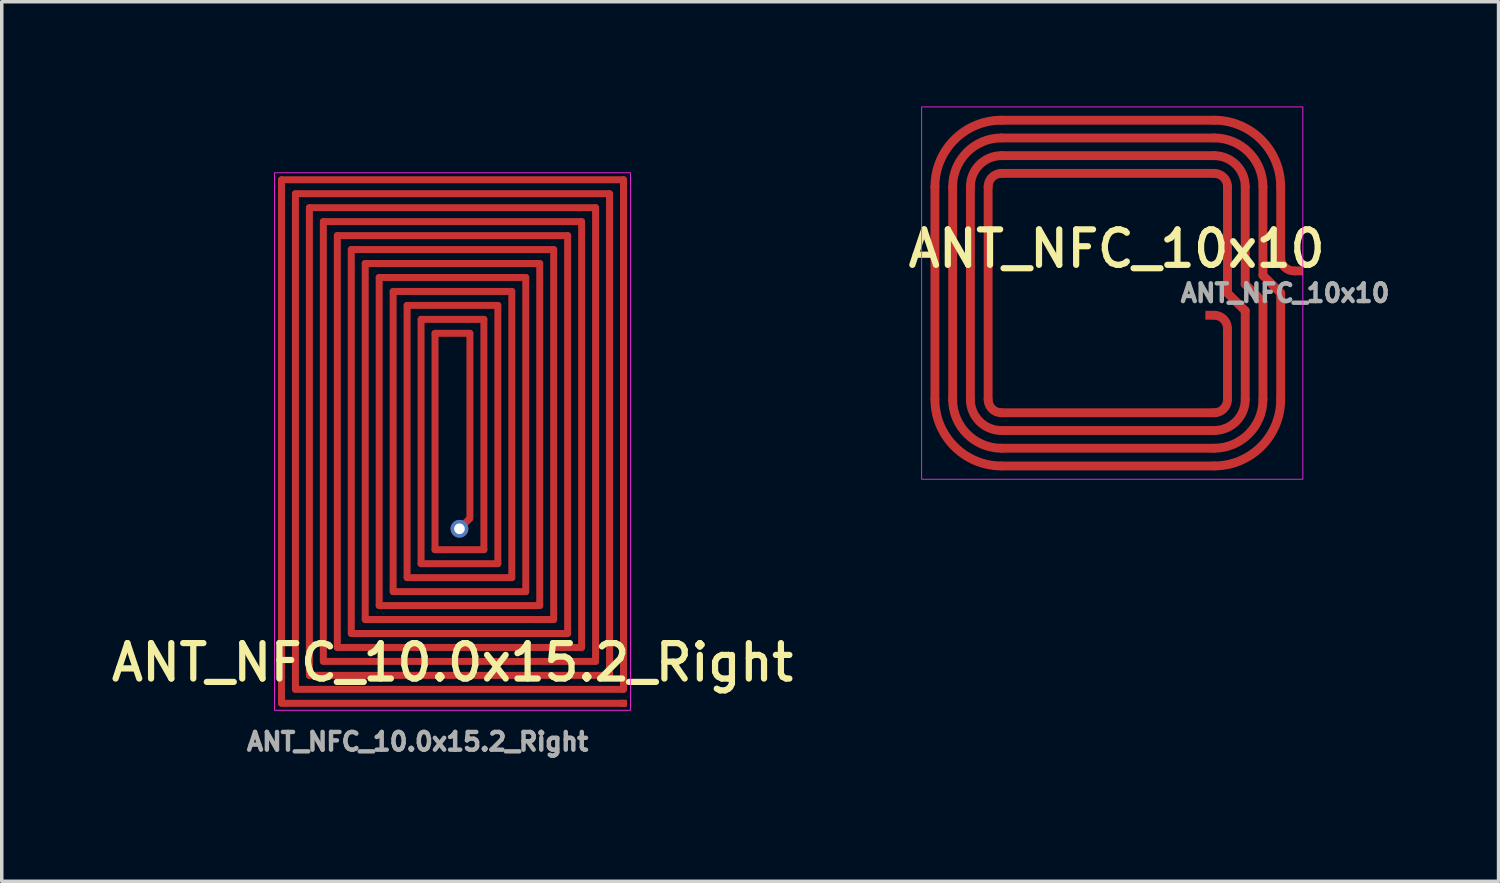
<source format=kicad_pcb>
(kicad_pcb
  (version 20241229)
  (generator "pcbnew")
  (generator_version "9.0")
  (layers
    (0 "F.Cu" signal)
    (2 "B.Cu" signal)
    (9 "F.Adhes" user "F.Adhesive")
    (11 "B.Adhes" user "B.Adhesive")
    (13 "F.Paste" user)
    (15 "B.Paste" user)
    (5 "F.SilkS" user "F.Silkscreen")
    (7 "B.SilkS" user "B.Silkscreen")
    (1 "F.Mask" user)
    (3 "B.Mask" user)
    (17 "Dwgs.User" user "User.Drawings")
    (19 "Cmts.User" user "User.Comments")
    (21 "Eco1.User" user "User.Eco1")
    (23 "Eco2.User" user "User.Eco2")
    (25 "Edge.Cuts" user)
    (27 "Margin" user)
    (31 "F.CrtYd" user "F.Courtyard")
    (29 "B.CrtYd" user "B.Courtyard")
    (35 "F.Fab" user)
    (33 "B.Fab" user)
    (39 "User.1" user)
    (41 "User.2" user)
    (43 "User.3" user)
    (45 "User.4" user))
  (footprint "ANT_NFC_10.0x15.2_Right"
    (layer "F.Cu")
    (at 4.914 17.2)
    (property "Reference" "ANT_NFC_10.0x15.2_Right" (at 5 -1.27 0) (layer "F.SilkS") (effects (font (size 1.016 1.016) (thickness 0.178))))
    (attr smd)
    (fp_rect (start -0.1 0.1) (end 10.1 -15.3) (stroke (width 0.025) (type solid)) (fill no) (layer "F.CrtYd"))
    (fp_text user "${REFERENCE}" (at 4 1 0) (layer "F.Fab") (effects (font (size 0.508 0.508) (thickness 0.127))))
    (pad "1" smd roundrect (at 0.1 -7.6) (size 0.2 15.2) (layers "F.Cu") (roundrect_rratio 0.5))
    (pad "1" smd roundrect (at 0.5 -7.6) (size 0.2 14.4) (layers "F.Cu") (roundrect_rratio 0.5))
    (pad "1" smd roundrect (at 0.9 -7.6) (size 0.2 13.6) (layers "F.Cu") (roundrect_rratio 0.5))
    (pad "1" smd roundrect (at 1.3 -7.6) (size 0.2 12.8) (layers "F.Cu") (roundrect_rratio 0.5))
    (pad "1" smd roundrect (at 1.7 -7.6) (size 0.2 12) (layers "F.Cu") (roundrect_rratio 0.5))
    (pad "1" smd roundrect (at 2.1 -7.6) (size 0.2 11.2) (layers "F.Cu") (roundrect_rratio 0.5))
    (pad "1" smd roundrect (at 2.5 -7.6) (size 0.2 10.4) (layers "F.Cu") (roundrect_rratio 0.5))
    (pad "1" smd roundrect (at 2.9 -7.6) (size 0.2 9.6) (layers "F.Cu") (roundrect_rratio 0.5))
    (pad "1" smd roundrect (at 3.3 -7.6) (size 0.2 8.8) (layers "F.Cu") (roundrect_rratio 0.5))
    (pad "1" smd roundrect (at 3.7 -7.6) (size 0.2 8) (layers "F.Cu") (roundrect_rratio 0.5))
    (pad "1" smd roundrect (at 4.1 -7.6) (size 0.2 7.2) (layers "F.Cu") (roundrect_rratio 0.5))
    (pad "1" smd roundrect (at 4.5 -7.6) (size 0.2 6.4) (layers "F.Cu") (roundrect_rratio 0.5))
    (pad "1" smd roundrect (at 5 -15.1) (size 10 0.2) (layers "F.Cu") (roundrect_rratio 0.5))
    (pad "1" smd roundrect (at 5 -14.7) (size 9.2 0.2) (layers "F.Cu") (roundrect_rratio 0.5))
    (pad "1" smd roundrect (at 5 -14.3) (size 8.4 0.2) (layers "F.Cu") (roundrect_rratio 0.5))
    (pad "1" smd roundrect (at 5 -13.9) (size 7.6 0.2) (layers "F.Cu") (roundrect_rratio 0.5))
    (pad "1" smd roundrect (at 5 -13.5) (size 6.8 0.2) (layers "F.Cu") (roundrect_rratio 0.5))
    (pad "1" smd roundrect (at 5 -13.1) (size 6 0.2) (layers "F.Cu") (roundrect_rratio 0.5))
    (pad "1" smd roundrect (at 5 -12.7) (size 5.2 0.2) (layers "F.Cu") (roundrect_rratio 0.5))
    (pad "1" smd roundrect (at 5 -12.3) (size 4.4 0.2) (layers "F.Cu") (roundrect_rratio 0.5))
    (pad "1" smd roundrect (at 5 -11.9) (size 3.6 0.2) (layers "F.Cu") (roundrect_rratio 0.5))
    (pad "1" smd roundrect (at 5 -11.5) (size 2.8 0.2) (layers "F.Cu") (roundrect_rratio 0.5))
    (pad "1" smd roundrect (at 5 -11.1) (size 2 0.2) (layers "F.Cu") (roundrect_rratio 0.5))
    (pad "1" smd roundrect (at 5 -10.7) (size 1.2 0.2) (layers "F.Cu") (roundrect_rratio 0.5))
    (pad "1" smd roundrect (at 5 -0.1) (size 10 0.2) (layers "F.Cu") (roundrect_rratio 0.5))
    (pad "1" smd roundrect (at 5.2 -4.5) (size 1.6 0.2) (layers "F.Cu") (roundrect_rratio 0.5))
    (pad "1" smd roundrect (at 5.2 -4.1) (size 2.4 0.2) (layers "F.Cu") (roundrect_rratio 0.5))
    (pad "1" smd roundrect (at 5.2 -3.7) (size 3.2 0.2) (layers "F.Cu") (roundrect_rratio 0.5))
    (pad "1" smd roundrect (at 5.2 -3.3) (size 4 0.2) (layers "F.Cu") (roundrect_rratio 0.5))
    (pad "1" smd roundrect (at 5.2 -2.9) (size 4.8 0.2) (layers "F.Cu") (roundrect_rratio 0.5))
    (pad "1" smd roundrect (at 5.2 -2.5) (size 5.6 0.2) (layers "F.Cu") (roundrect_rratio 0.5))
    (pad "1" smd roundrect (at 5.2 -2.1) (size 6.4 0.2) (layers "F.Cu") (roundrect_rratio 0.5))
    (pad "1" smd roundrect (at 5.2 -1.7) (size 7.2 0.2) (layers "F.Cu") (roundrect_rratio 0.5))
    (pad "1" smd roundrect (at 5.2 -1.3) (size 8 0.2) (layers "F.Cu") (roundrect_rratio 0.5))
    (pad "1" smd roundrect (at 5.2 -0.9) (size 8.8 0.2) (layers "F.Cu") (roundrect_rratio 0.5))
    (pad "1" smd roundrect (at 5.2 -0.5) (size 9.6 0.2) (layers "F.Cu") (roundrect_rratio 0.5))
    (pad "1" smd roundrect (at 5.9 -7.8) (size 0.2 6.8) (layers "F.Cu") (roundrect_rratio 0.5))
    (pad "1" smd roundrect (at 6.3 -7.8) (size 0.2 7.6) (layers "F.Cu") (roundrect_rratio 0.5))
    (pad "1" smd roundrect (at 6.7 -7.8) (size 0.2 8.4) (layers "F.Cu") (roundrect_rratio 0.5))
    (pad "1" smd roundrect (at 7.1 -7.8) (size 0.2 9.2) (layers "F.Cu") (roundrect_rratio 0.5))
    (pad "1" smd roundrect (at 7.5 -7.8) (size 0.2 10) (layers "F.Cu") (roundrect_rratio 0.5))
    (pad "1" smd roundrect (at 7.9 -7.8) (size 0.2 10.8) (layers "F.Cu") (roundrect_rratio 0.5))
    (pad "1" smd roundrect (at 8.3 -7.8) (size 0.2 11.6) (layers "F.Cu") (roundrect_rratio 0.5))
    (pad "1" smd roundrect (at 8.7 -7.8) (size 0.2 12.4) (layers "F.Cu") (roundrect_rratio 0.5))
    (pad "1" smd roundrect (at 9.1 -7.8) (size 0.2 13.2) (layers "F.Cu") (roundrect_rratio 0.5))
    (pad "1" smd roundrect (at 9.5 -7.8) (size 0.2 14) (layers "F.Cu") (roundrect_rratio 0.5))
    (pad "1" smd roundrect (at 9.9 -7.8) (size 0.2 14.8) (layers "F.Cu") (roundrect_rratio 0.5))
    (pad "1" smd rect (at 9.9 -0.1) (size 0.2 0.2) (layers "F.Cu"))
    (pad "2" thru_hole circle (at 5.2 -5.1) (size 0.508 0.508) (drill 0.305) (layers "*.Cu" "*.Mask"))
    (pad "2" smd roundrect (at 5.35 -5.25 315) (size 0.2 0.6) (layers "F.Cu") (roundrect_rratio 0.5))
    (pad "2" smd roundrect (at 5.5 -8.05) (size 0.2 5.5) (layers "F.Cu") (roundrect_rratio 0.5))
    (zone (net_name "") (layer "F.Cu") (hatch edge 0.508) (connect_pads) (min_thickness 0.254) (filled_areas_thickness no) (keepout (tracks allowed) (vias allowed) (pads allowed) (copperpour not_allowed) (footprints allowed)) (placement (enabled no)) (fill) (polygon (pts (xy 4.914 19.2) (xy 2.914 19.2) (xy 2.914 0) (xy 4.914 0))))
    (zone (net_name "") (layer "F.Cu") (hatch edge 0.508) (connect_pads) (min_thickness 0.254) (filled_areas_thickness no) (keepout (tracks allowed) (vias allowed) (pads allowed) (copperpour not_allowed) (footprints allowed)) (placement (enabled no)) (fill) (polygon (pts (xy 16.914 2) (xy 2.914 2) (xy 2.914 0) (xy 16.914 0))))
    (zone (net_name "") (layer "F.Cu") (hatch edge 0.508) (connect_pads) (min_thickness 0.254) (filled_areas_thickness no) (keepout (tracks allowed) (vias allowed) (pads allowed) (copperpour not_allowed) (footprints allowed)) (placement (enabled no)) (fill) (polygon (pts (xy 16.914 19.2) (xy 2.914 19.2) (xy 2.914 17.2) (xy 16.914 17.2))))
    (zone (net_name "") (layer "F.Cu") (hatch edge 0.508) (connect_pads) (min_thickness 0.254) (filled_areas_thickness no) (keepout (tracks allowed) (vias allowed) (pads allowed) (copperpour not_allowed) (footprints allowed)) (placement (enabled no)) (fill) (polygon (pts (xy 16.914 19.2) (xy 14.914 19.2) (xy 14.914 0) (xy 16.914 0)))))
  (footprint "ANT_NFC_10x10"
    (layer "F.Cu")
    (at 33.77 5.347)
    (property "Reference" "ANT_NFC_10x10" (at -4.826 -1.27 0) (layer "F.SilkS") (effects (font (size 1.016 1.016) (thickness 0.178))))
    (attr smd)
    (fp_line (start -10.033 -3.048) (end -10.033 3.048) (stroke (width 0.254) (type solid)) (layer "F.Cu"))
    (fp_line (start -9.525 -3.048) (end -9.525 3.048) (stroke (width 0.254) (type solid)) (layer "F.Cu"))
    (fp_line (start -9.017 -3.048) (end -9.017 3.048) (stroke (width 0.254) (type solid)) (layer "F.Cu"))
    (fp_line (start -8.509 -3.048) (end -8.509 3.048) (stroke (width 0.254) (type solid)) (layer "F.Cu"))
    (fp_line (start -2.032 -4.953) (end -8.128 -4.953) (stroke (width 0.254) (type solid)) (layer "F.Cu"))
    (fp_line (start -2.032 -4.445) (end -8.128 -4.445) (stroke (width 0.254) (type solid)) (layer "F.Cu"))
    (fp_line (start -2.032 -3.937) (end -8.128 -3.937) (stroke (width 0.254) (type solid)) (layer "F.Cu"))
    (fp_line (start -2.032 -3.429) (end -8.128 -3.429) (stroke (width 0.254) (type solid)) (layer "F.Cu"))
    (fp_line (start -2.032 3.429) (end -8.128 3.429) (stroke (width 0.254) (type solid)) (layer "F.Cu"))
    (fp_line (start -2.032 3.937) (end -8.128 3.937) (stroke (width 0.254) (type solid)) (layer "F.Cu"))
    (fp_line (start -2.032 4.445) (end -8.128 4.445) (stroke (width 0.254) (type solid)) (layer "F.Cu"))
    (fp_line (start -2.032 4.953) (end -8.128 4.953) (stroke (width 0.254) (type solid)) (layer "F.Cu"))
    (fp_line (start -1.651 -3.048) (end -1.651 0) (stroke (width 0.254) (type solid)) (layer "F.Cu"))
    (fp_line (start -1.651 1.016) (end -1.651 3.048) (stroke (width 0.254) (type solid)) (layer "F.Cu"))
    (fp_line (start -1.143 -3.048) (end -1.143 -0.254) (stroke (width 0.254) (type solid)) (layer "F.Cu"))
    (fp_line (start -1.143 0.508) (end -1.651 0) (stroke (width 0.254) (type solid)) (layer "F.Cu"))
    (fp_line (start -1.143 0.508) (end -1.143 3.048) (stroke (width 0.254) (type solid)) (layer "F.Cu"))
    (fp_line (start -0.635 -3.048) (end -0.635 -0.508) (stroke (width 0.254) (type solid)) (layer "F.Cu"))
    (fp_line (start -0.635 0.254) (end -1.143 -0.254) (stroke (width 0.254) (type solid)) (layer "F.Cu"))
    (fp_line (start -0.635 0.254) (end -0.635 3.048) (stroke (width 0.254) (type solid)) (layer "F.Cu"))
    (fp_line (start -0.127 -3.048) (end -0.127 -1.016) (stroke (width 0.254) (type solid)) (layer "F.Cu"))
    (fp_line (start -0.127 0) (end -0.635 -0.508) (stroke (width 0.254) (type solid)) (layer "F.Cu"))
    (fp_line (start -0.127 0) (end -0.127 3.048) (stroke (width 0.254) (type solid)) (layer "F.Cu"))
    (fp_arc (start -10.033 -3.048) (mid -9.475039 -4.395038) (end -8.128001 -4.952999) (stroke (width 0.254) (type solid)) (layer "F.Cu"))
    (fp_arc (start -9.525 -3.048) (mid -9.115829 -4.035827) (end -8.128002 -4.444998) (stroke (width 0.254) (type solid)) (layer "F.Cu"))
    (fp_arc (start -9.017 -3.048) (mid -8.756618 -3.676617) (end -8.128001 -3.936999) (stroke (width 0.254) (type solid)) (layer "F.Cu"))
    (fp_arc (start -8.509 -3.048) (mid -8.397408 -3.317407) (end -8.128001 -3.428999) (stroke (width 0.254) (type solid)) (layer "F.Cu"))
    (fp_arc (start -8.128 3.429) (mid -8.397407 3.317408) (end -8.508999 3.048001) (stroke (width 0.254) (type solid)) (layer "F.Cu"))
    (fp_arc (start -8.128 3.937) (mid -8.756617 3.676618) (end -9.016999 3.048001) (stroke (width 0.254) (type solid)) (layer "F.Cu"))
    (fp_arc (start -8.128 4.445) (mid -9.115827 4.035829) (end -9.524998 3.048002) (stroke (width 0.254) (type solid)) (layer "F.Cu"))
    (fp_arc (start -8.128 4.953) (mid -9.475036 4.395039) (end -10.032996 3.048002) (stroke (width 0.254) (type solid)) (layer "F.Cu"))
    (fp_arc (start -2.032 -4.953) (mid -0.684962 -4.395039) (end -0.127001 -3.048001) (stroke (width 0.254) (type solid)) (layer "F.Cu"))
    (fp_arc (start -2.032 -4.445) (mid -1.044173 -4.035829) (end -0.635002 -3.048002) (stroke (width 0.254) (type solid)) (layer "F.Cu"))
    (fp_arc (start -2.032 -3.937) (mid -1.403383 -3.676618) (end -1.143001 -3.048001) (stroke (width 0.254) (type solid)) (layer "F.Cu"))
    (fp_arc (start -2.032 -3.429) (mid -1.762593 -3.317408) (end -1.651001 -3.048001) (stroke (width 0.254) (type solid)) (layer "F.Cu"))
    (fp_arc (start -2.031998 0.634998) (mid -1.762591 0.746592) (end -1.651 1.016) (stroke (width 0.254) (type solid)) (layer "F.Cu"))
    (fp_arc (start -1.651 3.048) (mid -1.762592 3.317407) (end -2.031999 3.428999) (stroke (width 0.254) (type solid)) (layer "F.Cu"))
    (fp_arc (start -1.143 3.048) (mid -1.403382 3.676617) (end -2.031999 3.936999) (stroke (width 0.254) (type solid)) (layer "F.Cu"))
    (fp_arc (start -0.635 3.048) (mid -1.044171 4.035827) (end -2.031998 4.444998) (stroke (width 0.254) (type solid)) (layer "F.Cu"))
    (fp_arc (start -0.127 3.048) (mid -0.684961 4.395038) (end -2.031999 4.952999) (stroke (width 0.254) (type solid)) (layer "F.Cu"))
    (fp_arc (start 0.253998 -0.634998) (mid -0.015409 -0.746592) (end -0.127 -1.016) (stroke (width 0.254) (type solid)) (layer "F.Cu"))
    (fp_rect (start -10.414 -5.334) (end 0.508 5.334) (stroke (width 0.025) (type solid)) (fill no) (layer "F.CrtYd"))
    (fp_text user "${REFERENCE}" (at 0 0 0) (layer "F.Fab") (effects (font (size 0.508 0.508) (thickness 0.127))))
    (pad "1" smd rect (at 0.381 -0.635) (size 0.254 0.254) (layers "F.Cu"))
    (pad "2" smd rect (at -2.159 0.635) (size 0.254 0.254) (layers "F.Cu")))
  (gr_rect
    (start -3 -3)
    (end 39.885 22.2)
    (stroke (width 0.1) (type default))
    (fill no)
    (layer "Edge.Cuts")))
</source>
